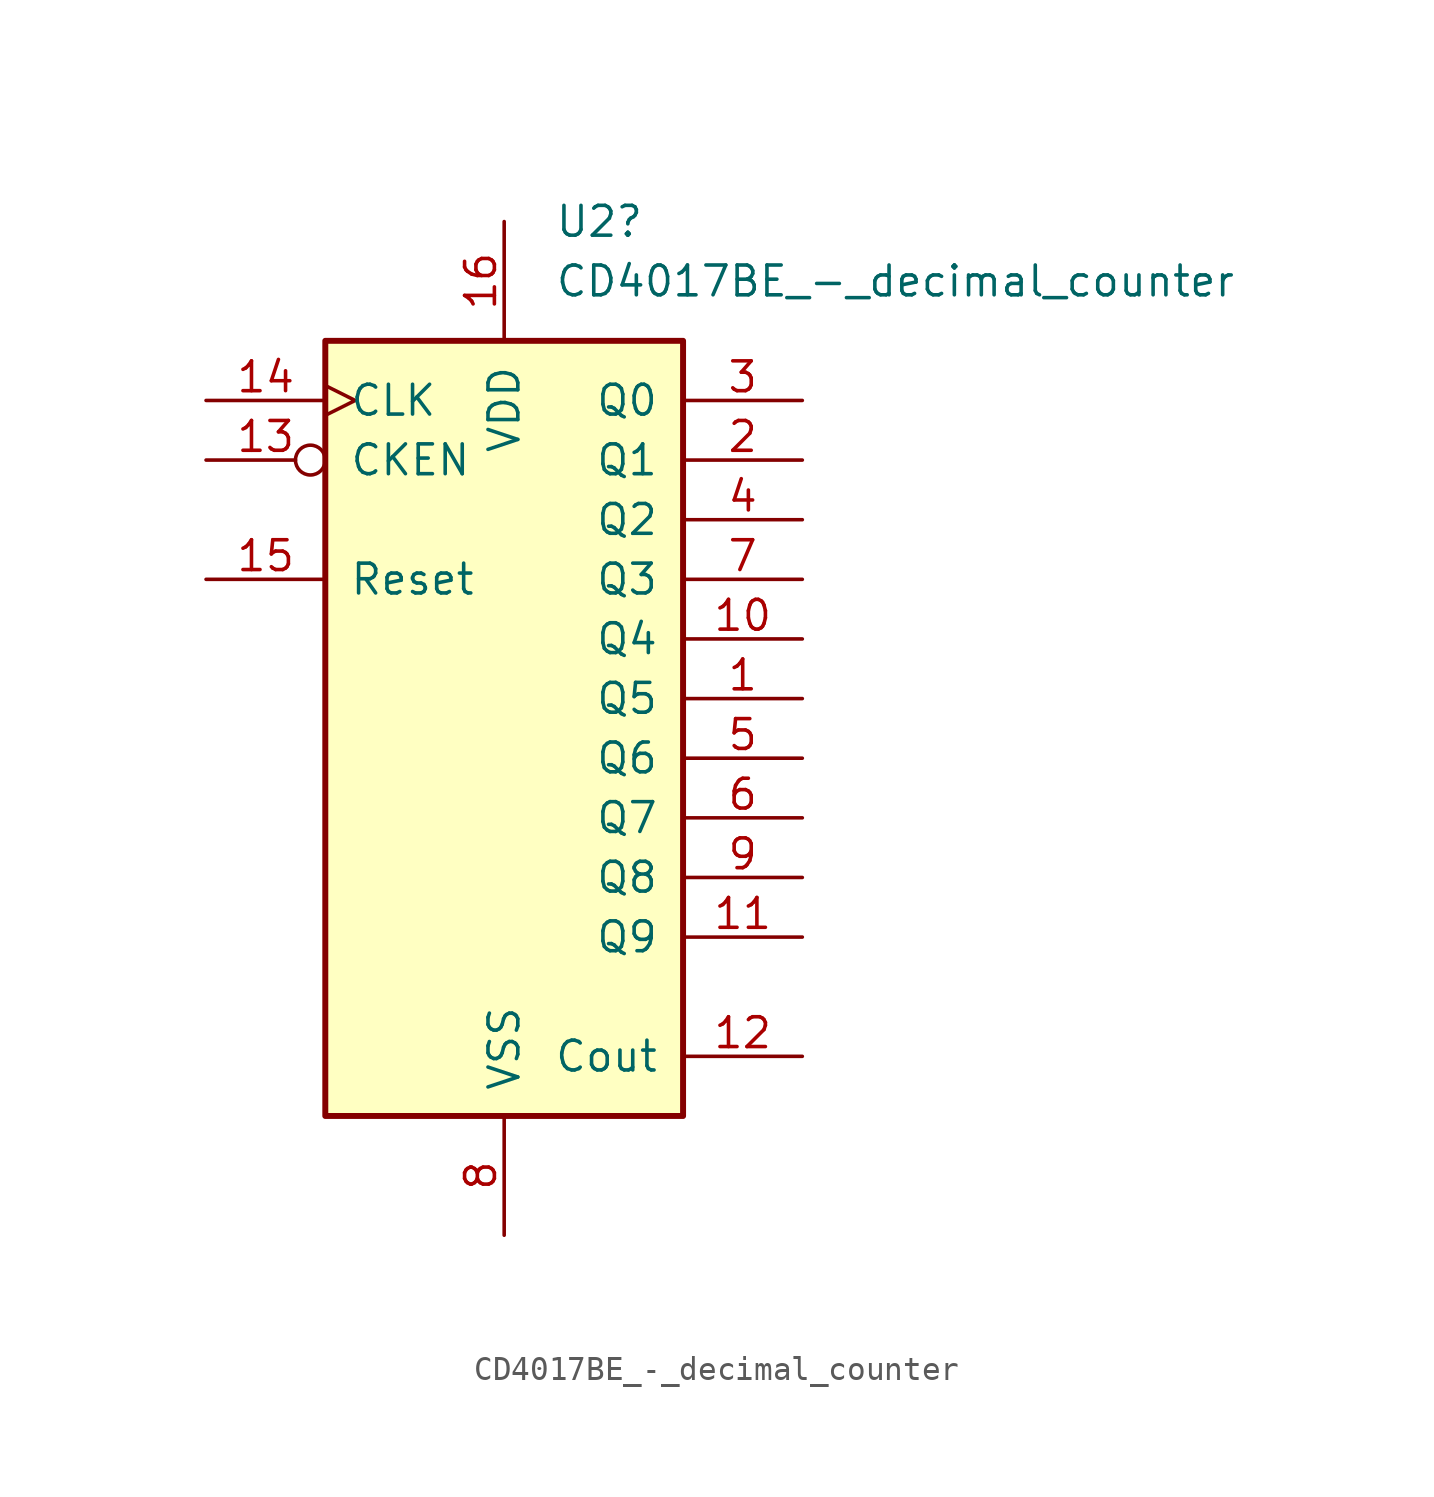
<source format=kicad_sym>
(kicad_symbol_lib
  (version 20241209)
  (generator "kicad_symbol_editor")
  (generator_version "9.0")
  (symbol "CD4017BE_-_decimal_counter"
    (pin_names
      (offset 1.016))
    (property "Reference" "U2"
      (at 2.143 20.32 0)
      (effects (font (size 1.27 1.27)) (justify left)))
    (property "Value" "CD4017BE_-_decimal_counter"
      (at 2.143 17.78 0)
      (effects (font (size 1.27 1.27)) (justify left)))
    (symbol "CD4017BE_-_decimal_counter_1_0"
      (pin input clock (at -12.7 12.7 0) (length 5.08) (name "CLK" (effects (font (size 1.27 1.27)))) (number "14" (effects (font (size 1.27 1.27)))))
      (pin input inverted (at -12.7 10.16 0) (length 5.08) (name "CKEN" (effects (font (size 1.27 1.27)))) (number "13" (effects (font (size 1.27 1.27)))))
      (pin input line (at -12.7 5.08 0) (length 5.08) (name "Reset" (effects (font (size 1.27 1.27)))) (number "15" (effects (font (size 1.27 1.27)))))
      (pin power_in line (at 0 20.32 270) (length 5.08) (name "VDD" (effects (font (size 1.27 1.27)))) (number "16" (effects (font (size 1.27 1.27)))))
      (pin power_in line (at 0 -22.86 90) (length 5.08) (name "VSS" (effects (font (size 1.27 1.27)))) (number "8" (effects (font (size 1.27 1.27)))))
      (pin output line (at 12.7 12.7 180) (length 5.08) (name "Q0" (effects (font (size 1.27 1.27)))) (number "3" (effects (font (size 1.27 1.27)))))
      (pin output line (at 12.7 10.16 180) (length 5.08) (name "Q1" (effects (font (size 1.27 1.27)))) (number "2" (effects (font (size 1.27 1.27)))))
      (pin output line (at 12.7 7.62 180) (length 5.08) (name "Q2" (effects (font (size 1.27 1.27)))) (number "4" (effects (font (size 1.27 1.27)))))
      (pin output line (at 12.7 5.08 180) (length 5.08) (name "Q3" (effects (font (size 1.27 1.27)))) (number "7" (effects (font (size 1.27 1.27)))))
      (pin output line (at 12.7 2.54 180) (length 5.08) (name "Q4" (effects (font (size 1.27 1.27)))) (number "10" (effects (font (size 1.27 1.27)))))
      (pin output line (at 12.7 0 180) (length 5.08) (name "Q5" (effects (font (size 1.27 1.27)))) (number "1" (effects (font (size 1.27 1.27)))))
      (pin output line (at 12.7 -2.54 180) (length 5.08) (name "Q6" (effects (font (size 1.27 1.27)))) (number "5" (effects (font (size 1.27 1.27)))))
      (pin output line (at 12.7 -5.08 180) (length 5.08) (name "Q7" (effects (font (size 1.27 1.27)))) (number "6" (effects (font (size 1.27 1.27)))))
      (pin output line (at 12.7 -7.62 180) (length 5.08) (name "Q8" (effects (font (size 1.27 1.27)))) (number "9" (effects (font (size 1.27 1.27)))))
      (pin output line (at 12.7 -10.16 180) (length 5.08) (name "Q9" (effects (font (size 1.27 1.27)))) (number "11" (effects (font (size 1.27 1.27)))))
      (pin output line (at 12.7 -15.24 180) (length 5.08) (name "Cout" (effects (font (size 1.27 1.27)))) (number "12" (effects (font (size 1.27 1.27))))))
    (symbol "CD4017BE_-_decimal_counter_1_1"
      (rectangle (start -7.62 15.24) (end 7.62 -17.78) (stroke (width 0.254) (type default)) (fill (type background))))))
</source>
